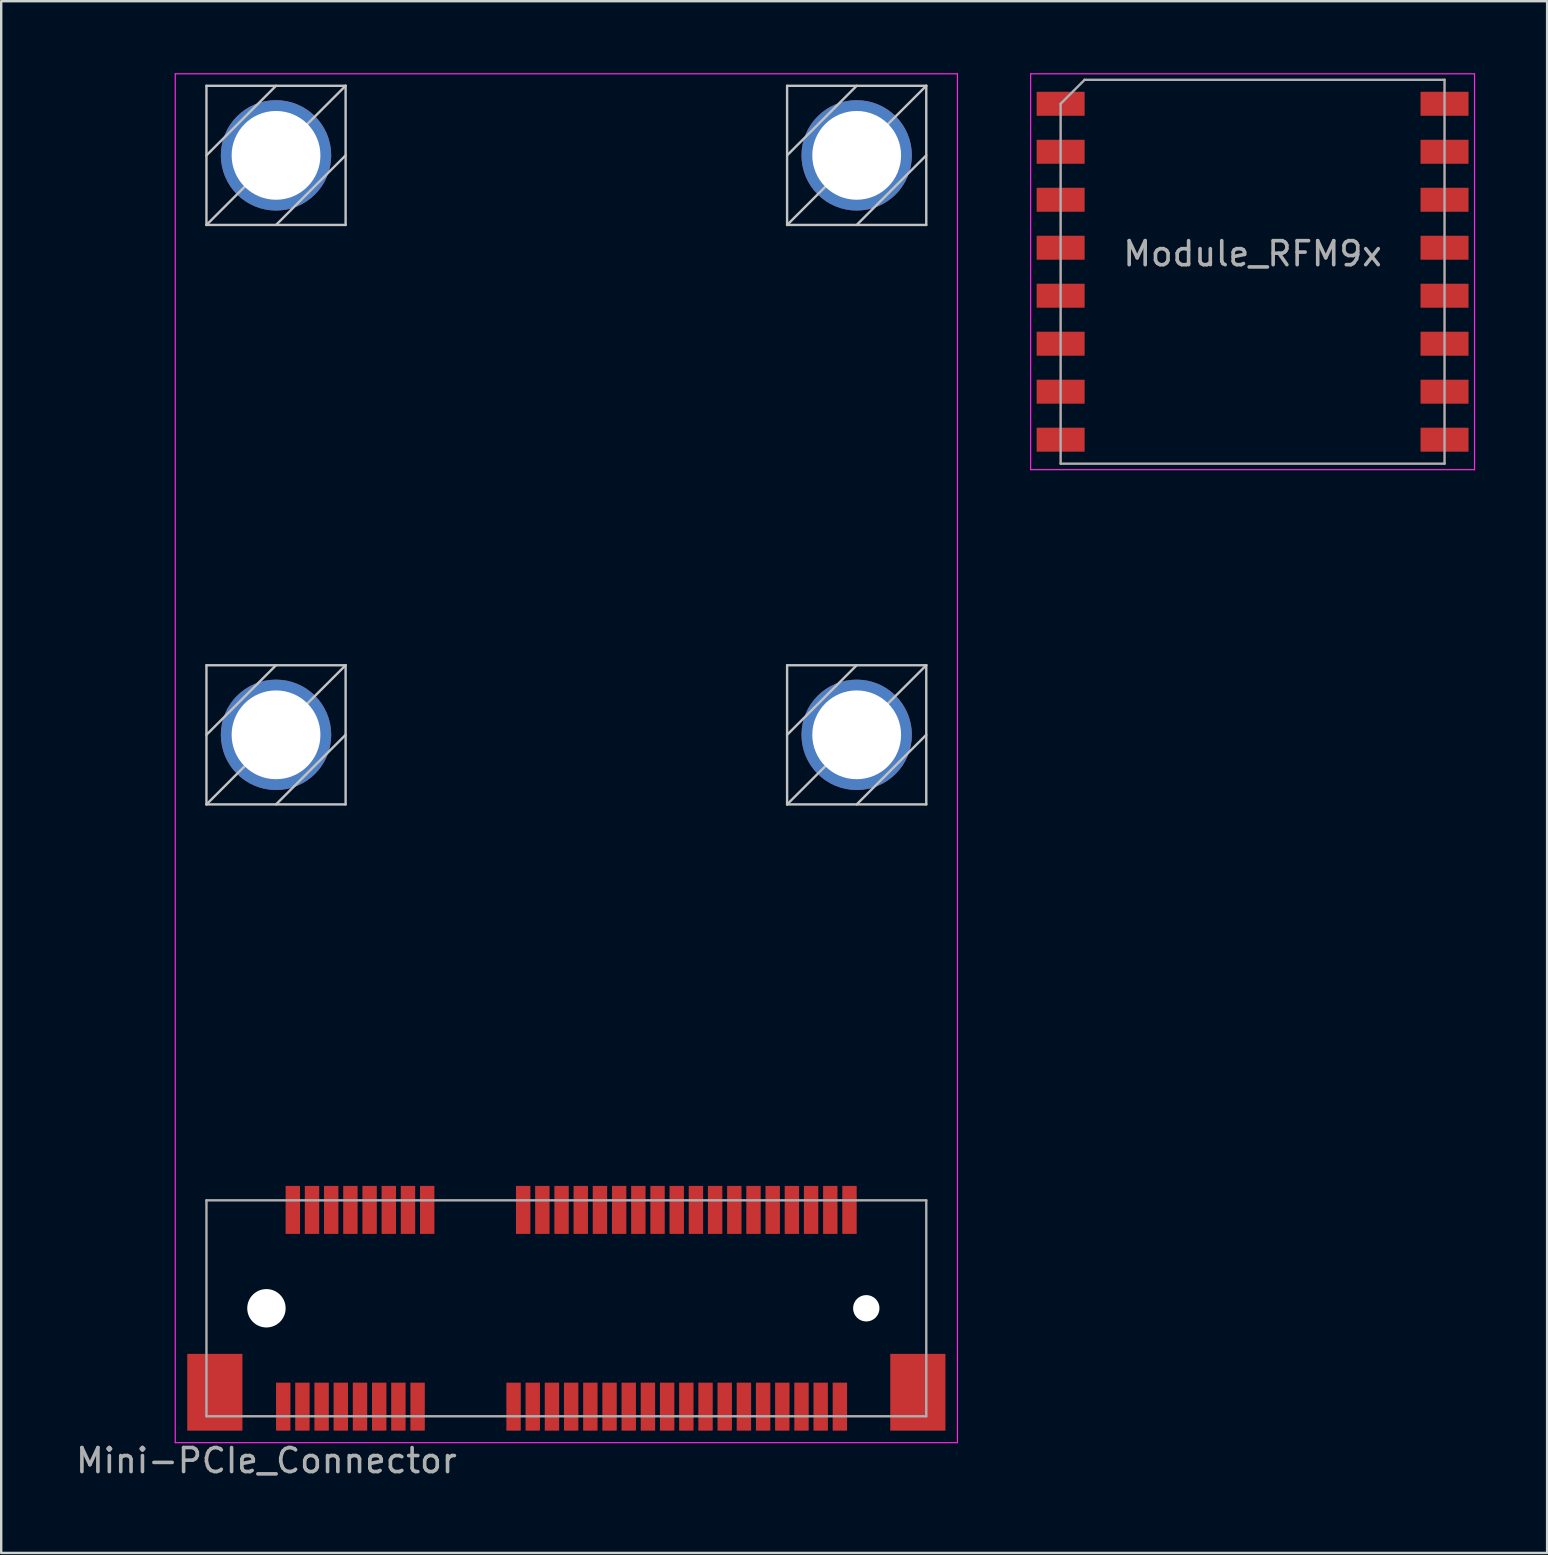
<source format=kicad_pcb>
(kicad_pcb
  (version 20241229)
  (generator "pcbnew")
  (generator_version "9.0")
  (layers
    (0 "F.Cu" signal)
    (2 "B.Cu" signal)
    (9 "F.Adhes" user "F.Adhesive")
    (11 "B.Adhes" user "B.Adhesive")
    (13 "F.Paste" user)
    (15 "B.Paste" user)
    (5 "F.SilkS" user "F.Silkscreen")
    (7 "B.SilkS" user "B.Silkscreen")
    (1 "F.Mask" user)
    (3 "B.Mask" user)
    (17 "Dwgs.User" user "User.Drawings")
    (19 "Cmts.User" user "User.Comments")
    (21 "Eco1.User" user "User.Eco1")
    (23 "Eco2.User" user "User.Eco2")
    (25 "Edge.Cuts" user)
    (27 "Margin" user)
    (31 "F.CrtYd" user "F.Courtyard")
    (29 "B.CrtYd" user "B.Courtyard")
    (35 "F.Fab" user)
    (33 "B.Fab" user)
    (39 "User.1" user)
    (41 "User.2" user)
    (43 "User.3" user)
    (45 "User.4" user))
  (footprint "Mini-PCIe_Connector"
    (layer "F.Cu")
    (at 20.554 51.475)
    (property "Reference" "Mini-PCIe_Connector" (at -12.5 6.35 180) (layer "F.Fab") (effects (font (size 1 1) (thickness 0.15))))
    (attr smd)
    (fp_line (start -15 -50.95) (end -15 -45.15) (stroke (width 0.1) (type solid)) (layer "Dwgs.User"))
    (fp_line (start -15 -50.95) (end -9.2 -50.95) (stroke (width 0.1) (type solid)) (layer "Dwgs.User"))
    (fp_line (start -15 -45.15) (end -9.2 -45.15) (stroke (width 0.1) (type solid)) (layer "Dwgs.User"))
    (fp_line (start -15 -26.8) (end -15 -21) (stroke (width 0.1) (type solid)) (layer "Dwgs.User"))
    (fp_line (start -15 -21) (end -9.2 -21) (stroke (width 0.1) (type solid)) (layer "Dwgs.User"))
    (fp_line (start -12.1 -50.95) (end -15 -48.05) (stroke (width 0.1) (type solid)) (layer "Dwgs.User"))
    (fp_line (start -12.1 -26.8) (end -15 -23.9) (stroke (width 0.1) (type solid)) (layer "Dwgs.User"))
    (fp_line (start -9.2 -50.95) (end -15 -45.15) (stroke (width 0.1) (type solid)) (layer "Dwgs.User"))
    (fp_line (start -9.2 -50.95) (end -9.2 -45.15) (stroke (width 0.1) (type solid)) (layer "Dwgs.User"))
    (fp_line (start -9.2 -48.05) (end -12.1 -45.15) (stroke (width 0.1) (type solid)) (layer "Dwgs.User"))
    (fp_line (start -9.2 -26.8) (end -15 -26.8) (stroke (width 0.1) (type solid)) (layer "Dwgs.User"))
    (fp_line (start -9.2 -26.8) (end -15 -21) (stroke (width 0.1) (type solid)) (layer "Dwgs.User"))
    (fp_line (start -9.2 -23.9) (end -12.1 -21) (stroke (width 0.1) (type solid)) (layer "Dwgs.User"))
    (fp_line (start -9.2 -21) (end -9.2 -26.8) (stroke (width 0.1) (type solid)) (layer "Dwgs.User"))
    (fp_line (start 9.2 -50.95) (end 9.2 -45.15) (stroke (width 0.1) (type solid)) (layer "Dwgs.User"))
    (fp_line (start 9.2 -50.95) (end 15 -50.95) (stroke (width 0.1) (type solid)) (layer "Dwgs.User"))
    (fp_line (start 9.2 -45.15) (end 15 -45.15) (stroke (width 0.1) (type solid)) (layer "Dwgs.User"))
    (fp_line (start 9.2 -26.8) (end 15 -26.8) (stroke (width 0.1) (type solid)) (layer "Dwgs.User"))
    (fp_line (start 9.2 -21) (end 9.2 -26.8) (stroke (width 0.1) (type solid)) (layer "Dwgs.User"))
    (fp_line (start 12.1 -50.95) (end 9.2 -48.05) (stroke (width 0.1) (type solid)) (layer "Dwgs.User"))
    (fp_line (start 12.1 -26.8) (end 9.2 -23.9) (stroke (width 0.1) (type solid)) (layer "Dwgs.User"))
    (fp_line (start 15 -50.95) (end 9.2 -45.15) (stroke (width 0.1) (type solid)) (layer "Dwgs.User"))
    (fp_line (start 15 -50.95) (end 15 -45.15) (stroke (width 0.1) (type solid)) (layer "Dwgs.User"))
    (fp_line (start 15 -48.05) (end 12.1 -45.15) (stroke (width 0.1) (type solid)) (layer "Dwgs.User"))
    (fp_line (start 15 -26.8) (end 9.2 -21) (stroke (width 0.1) (type solid)) (layer "Dwgs.User"))
    (fp_line (start 15 -26.8) (end 15 -21) (stroke (width 0.1) (type solid)) (layer "Dwgs.User"))
    (fp_line (start 15 -23.9) (end 12.1 -21) (stroke (width 0.1) (type solid)) (layer "Dwgs.User"))
    (fp_line (start 15 -21) (end 9.2 -21) (stroke (width 0.1) (type solid)) (layer "Dwgs.User"))
    (fp_line (start -16.3 -51.45) (end 16.3 -51.45) (stroke (width 0.05) (type solid)) (layer "F.CrtYd"))
    (fp_line (start -16.3 5.6) (end -16.3 -51.45) (stroke (width 0.05) (type solid)) (layer "F.CrtYd"))
    (fp_line (start 16.3 -51.45) (end 16.3 5.6) (stroke (width 0.05) (type solid)) (layer "F.CrtYd"))
    (fp_line (start 16.3 5.6) (end -16.3 5.6) (stroke (width 0.05) (type solid)) (layer "F.CrtYd"))
    (fp_line (start -15 -4.5) (end -15 4.5) (stroke (width 0.1) (type solid)) (layer "F.Fab"))
    (fp_line (start -15 4.5) (end 15 4.5) (stroke (width 0.1) (type solid)) (layer "F.Fab"))
    (fp_line (start 15 -4.5) (end -15 -4.5) (stroke (width 0.1) (type solid)) (layer "F.Fab"))
    (fp_line (start 15 4.5) (end 15 -4.5) (stroke (width 0.1) (type solid)) (layer "F.Fab"))
    (pad "" np_thru_hole circle (at -12.5 0) (size 1.6 1.6) (drill 1.6) (layers "*.Cu" "*.Mask"))
    (pad "" np_thru_hole circle (at -12.1 -48.05) (size 4.6 4.6) (drill 3.7) (layers "*.Cu" "*.Mask"))
    (pad "" np_thru_hole circle (at -12.1 -23.9) (size 4.6 4.6) (drill 3.7) (layers "*.Cu" "*.Mask"))
    (pad "" np_thru_hole circle (at 12.1 -48.05) (size 4.6 4.6) (drill 3.7) (layers "*.Cu" "*.Mask"))
    (pad "" np_thru_hole circle (at 12.1 -23.9) (size 4.6 4.6) (drill 3.7) (layers "*.Cu" "*.Mask"))
    (pad "" np_thru_hole circle (at 12.5 0) (size 1.1 1.1) (drill 1.1) (layers "*.Cu" "*.Mask"))
    (pad "1" smd rect (at -11.8 4.1) (size 0.6 2) (layers "F.Cu" "F.Mask" "F.Paste"))
    (pad "2" smd rect (at -11.4 -4.1) (size 0.6 2) (layers "F.Cu" "F.Mask" "F.Paste"))
    (pad "3" smd rect (at -11 4.1) (size 0.6 2) (layers "F.Cu" "F.Mask" "F.Paste"))
    (pad "4" smd rect (at -10.6 -4.1) (size 0.6 2) (layers "F.Cu" "F.Mask" "F.Paste"))
    (pad "5" smd rect (at -10.2 4.1) (size 0.6 2) (layers "F.Cu" "F.Mask" "F.Paste"))
    (pad "6" smd rect (at -9.8 -4.1) (size 0.6 2) (layers "F.Cu" "F.Mask" "F.Paste"))
    (pad "7" smd rect (at -9.4 4.1) (size 0.6 2) (layers "F.Cu" "F.Mask" "F.Paste"))
    (pad "8" smd rect (at -9 -4.1) (size 0.6 2) (layers "F.Cu" "F.Mask" "F.Paste"))
    (pad "9" smd rect (at -8.6 4.1) (size 0.6 2) (layers "F.Cu" "F.Mask" "F.Paste"))
    (pad "10" smd rect (at -8.2 -4.1) (size 0.6 2) (layers "F.Cu" "F.Mask" "F.Paste"))
    (pad "11" smd rect (at -7.8 4.1) (size 0.6 2) (layers "F.Cu" "F.Mask" "F.Paste"))
    (pad "12" smd rect (at -7.4 -4.1) (size 0.6 2) (layers "F.Cu" "F.Mask" "F.Paste"))
    (pad "13" smd rect (at -7 4.1) (size 0.6 2) (layers "F.Cu" "F.Mask" "F.Paste"))
    (pad "14" smd rect (at -6.6 -4.1) (size 0.6 2) (layers "F.Cu" "F.Mask" "F.Paste"))
    (pad "15" smd rect (at -6.2 4.1) (size 0.6 2) (layers "F.Cu" "F.Mask" "F.Paste"))
    (pad "16" smd rect (at -5.8 -4.1) (size 0.6 2) (layers "F.Cu" "F.Mask" "F.Paste"))
    (pad "17" smd rect (at -2.2 4.1) (size 0.6 2) (layers "F.Cu" "F.Mask" "F.Paste"))
    (pad "18" smd rect (at -1.8 -4.1) (size 0.6 2) (layers "F.Cu" "F.Mask" "F.Paste"))
    (pad "19" smd rect (at -1.4 4.1) (size 0.6 2) (layers "F.Cu" "F.Mask" "F.Paste"))
    (pad "20" smd rect (at -1 -4.1) (size 0.6 2) (layers "F.Cu" "F.Mask" "F.Paste"))
    (pad "21" smd rect (at -0.6 4.1) (size 0.6 2) (layers "F.Cu" "F.Mask" "F.Paste"))
    (pad "22" smd rect (at -0.2 -4.1) (size 0.6 2) (layers "F.Cu" "F.Mask" "F.Paste"))
    (pad "23" smd rect (at 0.2 4.1) (size 0.6 2) (layers "F.Cu" "F.Mask" "F.Paste"))
    (pad "24" smd rect (at 0.6 -4.1) (size 0.6 2) (layers "F.Cu" "F.Mask" "F.Paste"))
    (pad "25" smd rect (at 1 4.1) (size 0.6 2) (layers "F.Cu" "F.Mask" "F.Paste"))
    (pad "26" smd rect (at 1.4 -4.1) (size 0.6 2) (layers "F.Cu" "F.Mask" "F.Paste"))
    (pad "27" smd rect (at 1.8 4.1) (size 0.6 2) (layers "F.Cu" "F.Mask" "F.Paste"))
    (pad "28" smd rect (at 2.2 -4.1) (size 0.6 2) (layers "F.Cu" "F.Mask" "F.Paste"))
    (pad "29" smd rect (at 2.6 4.1) (size 0.6 2) (layers "F.Cu" "F.Mask" "F.Paste"))
    (pad "30" smd rect (at 3 -4.1) (size 0.6 2) (layers "F.Cu" "F.Mask" "F.Paste"))
    (pad "31" smd rect (at 3.4 4.1) (size 0.6 2) (layers "F.Cu" "F.Mask" "F.Paste"))
    (pad "32" smd rect (at 3.8 -4.1) (size 0.6 2) (layers "F.Cu" "F.Mask" "F.Paste"))
    (pad "33" smd rect (at 4.2 4.1) (size 0.6 2) (layers "F.Cu" "F.Mask" "F.Paste"))
    (pad "34" smd rect (at 4.6 -4.1) (size 0.6 2) (layers "F.Cu" "F.Mask" "F.Paste"))
    (pad "35" smd rect (at 5 4.1) (size 0.6 2) (layers "F.Cu" "F.Mask" "F.Paste"))
    (pad "36" smd rect (at 5.4 -4.1) (size 0.6 2) (layers "F.Cu" "F.Mask" "F.Paste"))
    (pad "37" smd rect (at 5.8 4.1) (size 0.6 2) (layers "F.Cu" "F.Mask" "F.Paste"))
    (pad "38" smd rect (at 6.2 -4.1) (size 0.6 2) (layers "F.Cu" "F.Mask" "F.Paste"))
    (pad "39" smd rect (at 6.6 4.1) (size 0.6 2) (layers "F.Cu" "F.Mask" "F.Paste"))
    (pad "40" smd rect (at 7 -4.1) (size 0.6 2) (layers "F.Cu" "F.Mask" "F.Paste"))
    (pad "41" smd rect (at 7.4 4.1) (size 0.6 2) (layers "F.Cu" "F.Mask" "F.Paste"))
    (pad "42" smd rect (at 7.8 -4.1) (size 0.6 2) (layers "F.Cu" "F.Mask" "F.Paste"))
    (pad "43" smd rect (at 8.2 4.1) (size 0.6 2) (layers "F.Cu" "F.Mask" "F.Paste"))
    (pad "44" smd rect (at 8.6 -4.1) (size 0.6 2) (layers "F.Cu" "F.Mask" "F.Paste"))
    (pad "45" smd rect (at 9 4.1) (size 0.6 2) (layers "F.Cu" "F.Mask" "F.Paste"))
    (pad "46" smd rect (at 9.4 -4.1) (size 0.6 2) (layers "F.Cu" "F.Mask" "F.Paste"))
    (pad "47" smd rect (at 9.8 4.1) (size 0.6 2) (layers "F.Cu" "F.Mask" "F.Paste"))
    (pad "48" smd rect (at 10.2 -4.1) (size 0.6 2) (layers "F.Cu" "F.Mask" "F.Paste"))
    (pad "49" smd rect (at 10.6 4.1) (size 0.6 2) (layers "F.Cu" "F.Mask" "F.Paste"))
    (pad "50" smd rect (at 11 -4.1) (size 0.6 2) (layers "F.Cu" "F.Mask" "F.Paste"))
    (pad "51" smd rect (at 11.4 4.1) (size 0.6 2) (layers "F.Cu" "F.Mask" "F.Paste"))
    (pad "52" smd rect (at 11.8 -4.1) (size 0.6 2) (layers "F.Cu" "F.Mask" "F.Paste"))
    (pad "MP" smd rect (at -14.65 3.5) (size 2.3 3.2) (layers "F.Cu" "F.Mask" "F.Paste"))
    (pad "MP" smd rect (at 14.65 3.5) (size 2.3 3.2) (layers "F.Cu" "F.Mask" "F.Paste")))
  (footprint "Module_RFM9x"
    (layer "F.Cu")
    (at 49.154 8.275)
    (property "Reference" "Module_RFM9x" (at 0 -0.75 0) (layer "F.Fab") (effects (font (size 1 1) (thickness 0.15))))
    (attr smd)
    (fp_line (start -9.25 -8.25) (end 9.25 -8.25) (stroke (width 0.05) (type solid)) (layer "F.CrtYd"))
    (fp_line (start -9.25 8.25) (end -9.25 -8.25) (stroke (width 0.05) (type solid)) (layer "F.CrtYd"))
    (fp_line (start -9.25 8.25) (end 9.25 8.25) (stroke (width 0.05) (type solid)) (layer "F.CrtYd"))
    (fp_line (start 9.25 -8.25) (end 9.25 8.25) (stroke (width 0.05) (type solid)) (layer "F.CrtYd"))
    (fp_line (start -8 8) (end -8 -7) (stroke (width 0.1) (type solid)) (layer "F.Fab"))
    (fp_line (start -8 8) (end 8 8) (stroke (width 0.1) (type solid)) (layer "F.Fab"))
    (fp_line (start -7 -8) (end -8 -7) (stroke (width 0.1) (type solid)) (layer "F.Fab"))
    (fp_line (start -7 -8) (end 8 -8) (stroke (width 0.1) (type solid)) (layer "F.Fab"))
    (fp_line (start 8 8) (end 8 -8) (stroke (width 0.1) (type solid)) (layer "F.Fab"))
    (pad "1" smd rect (at -8 -7) (size 2 1) (layers "F.Cu" "F.Mask" "F.Paste"))
    (pad "2" smd rect (at -8 -5) (size 2 1) (layers "F.Cu" "F.Mask" "F.Paste"))
    (pad "3" smd rect (at -8 -3) (size 2 1) (layers "F.Cu" "F.Mask" "F.Paste"))
    (pad "4" smd rect (at -8 -1) (size 2 1) (layers "F.Cu" "F.Mask" "F.Paste"))
    (pad "5" smd rect (at -8 1) (size 2 1) (layers "F.Cu" "F.Mask" "F.Paste"))
    (pad "6" smd rect (at -8 3) (size 2 1) (layers "F.Cu" "F.Mask" "F.Paste"))
    (pad "7" smd rect (at -8 5) (size 2 1) (layers "F.Cu" "F.Mask" "F.Paste"))
    (pad "8" smd rect (at -8 7) (size 2 1) (layers "F.Cu" "F.Mask" "F.Paste"))
    (pad "9" smd rect (at 8 7) (size 2 1) (layers "F.Cu" "F.Mask" "F.Paste"))
    (pad "10" smd rect (at 8 5) (size 2 1) (layers "F.Cu" "F.Mask" "F.Paste"))
    (pad "11" smd rect (at 8 3) (size 2 1) (layers "F.Cu" "F.Mask" "F.Paste"))
    (pad "12" smd rect (at 8 1) (size 2 1) (layers "F.Cu" "F.Mask" "F.Paste"))
    (pad "13" smd rect (at 8 -1) (size 2 1) (layers "F.Cu" "F.Mask" "F.Paste"))
    (pad "14" smd rect (at 8 -3) (size 2 1) (layers "F.Cu" "F.Mask" "F.Paste"))
    (pad "15" smd rect (at 8 -5) (size 2 1) (layers "F.Cu" "F.Mask" "F.Paste"))
    (pad "16" smd rect (at 8 -7) (size 2 1) (layers "F.Cu" "F.Mask" "F.Paste")))
  (gr_rect
    (start -3 -3)
    (end 61.429 61.673)
    (stroke (width 0.1) (type default))
    (fill no)
    (layer "Edge.Cuts")))
</source>
